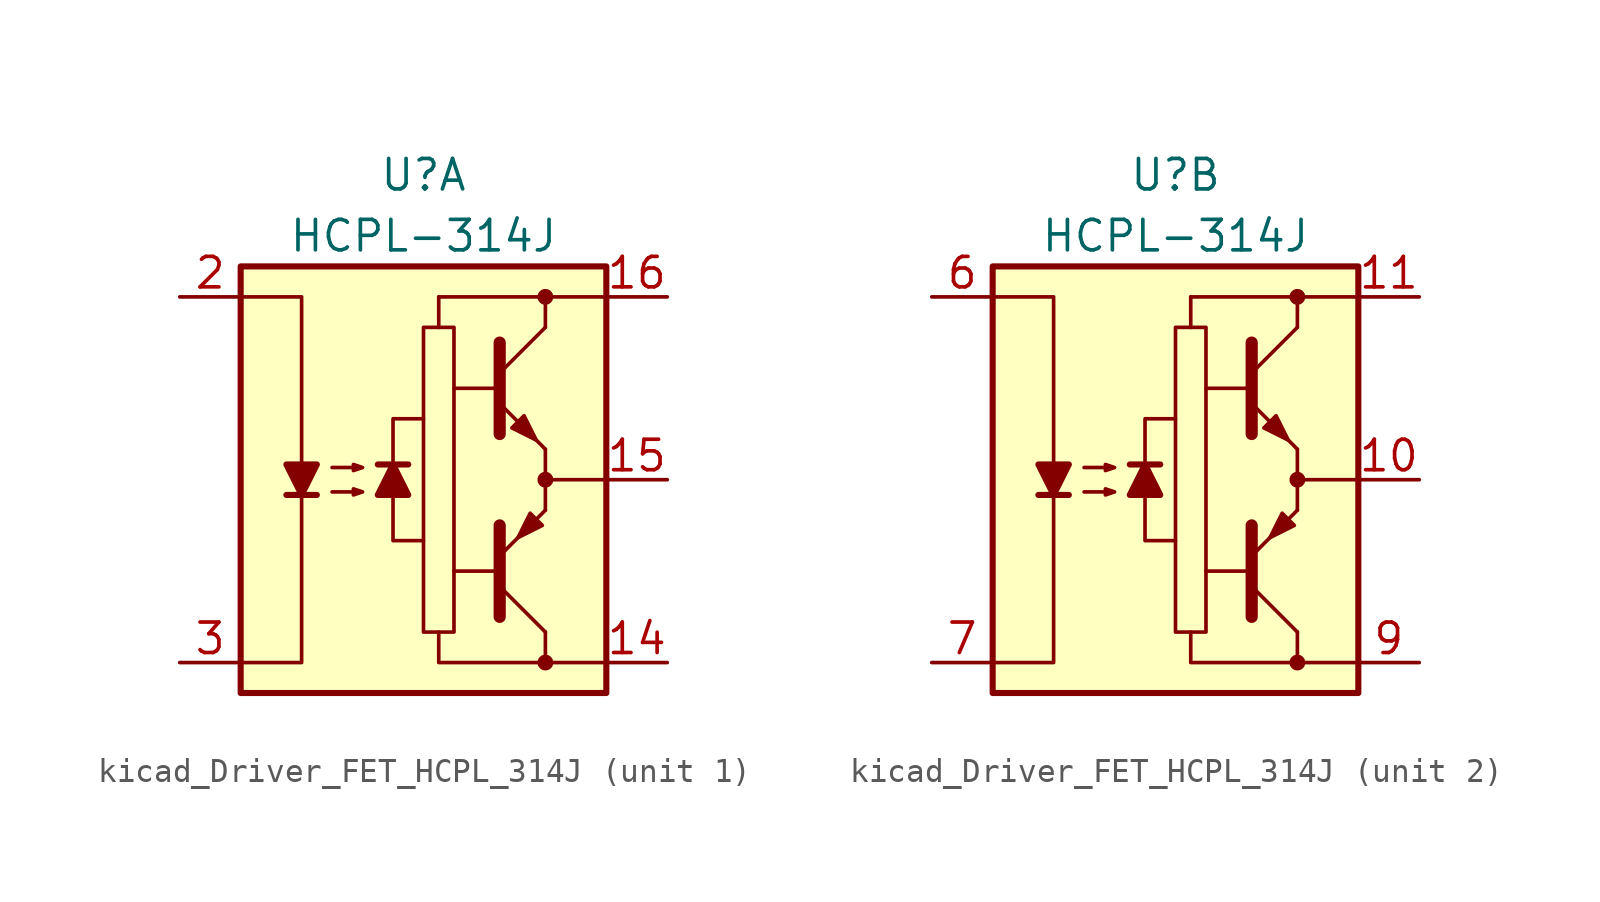
<source format=kicad_sym>
(kicad_symbol_lib
  (version 20220914)
  (generator kicad_symbol_editor)
  (symbol "kicad_Driver_FET_HCPL_314J"
    (pin_names hide)
    (property "Reference" "U"
      (at 0 12.7 0)
      (effects (font (size 1.27 1.27))))
    (property "Value" "HCPL-314J"
      (at 0 10.16 0)
      (effects (font (size 1.27 1.27))))
    (symbol "kicad_Driver_FET_HCPL_314J_0_1"
      (rectangle (start -7.62 8.89) (end 7.62 -8.89) (stroke (width 0.254) (type default)) (fill (type background)))
      (polyline (pts (xy -5.715 -0.635) (xy -4.445 -0.635)) (stroke (width 0.254) (type default)) (fill (type none)))
      (polyline (pts (xy -0.635 0.635) (xy -1.905 0.635)) (stroke (width 0.254) (type default)) (fill (type none)))
      (polyline (pts (xy 3.048 -3.81) (xy 1.27 -3.81)) (stroke (width 0) (type default)) (fill (type none)))
      (polyline (pts (xy 3.048 3.81) (xy 1.27 3.81)) (stroke (width 0) (type default)) (fill (type none)))
      (polyline (pts (xy 3.175 -4.445) (xy 5.08 -6.35)) (stroke (width 0) (type default)) (fill (type none)))
      (polyline (pts (xy 3.175 4.445) (xy 5.08 6.35)) (stroke (width 0) (type default)) (fill (type none)))
      (polyline (pts (xy 5.08 -6.35) (xy 5.08 -7.62)) (stroke (width 0) (type default)) (fill (type none)))
      (polyline (pts (xy 5.08 -1.27) (xy 3.175 -3.175)) (stroke (width 0) (type default)) (fill (type outline)))
      (polyline (pts (xy 5.08 0) (xy 7.62 0)) (stroke (width 0) (type default)) (fill (type none)))
      (polyline (pts (xy 5.08 1.27) (xy 3.175 3.175)) (stroke (width 0) (type default)) (fill (type outline)))
      (polyline (pts (xy 5.08 6.35) (xy 5.08 7.62)) (stroke (width 0) (type default)) (fill (type none)))
      (polyline (pts (xy 7.62 7.62) (xy 0.635 7.62)) (stroke (width 0) (type default)) (fill (type none)))
      (polyline (pts (xy -1.27 -0.635) (xy -1.27 -2.54) (xy 0 -2.54)) (stroke (width 0) (type default)) (fill (type none)))
      (polyline (pts (xy -1.27 0.635) (xy -1.27 2.54) (xy 0 2.54)) (stroke (width 0) (type default)) (fill (type none)))
      (polyline (pts (xy 0.635 -6.35) (xy 0.635 -7.62) (xy 7.62 -7.62)) (stroke (width 0) (type default)) (fill (type none)))
      (polyline (pts (xy 3.175 -5.715) (xy 3.175 -1.905) (xy 3.175 -1.905)) (stroke (width 0.508) (type default)) (fill (type none)))
      (polyline (pts (xy 3.175 5.715) (xy 3.175 1.905) (xy 3.175 1.905)) (stroke (width 0.508) (type default)) (fill (type none)))
      (polyline (pts (xy -7.62 7.62) (xy -5.08 7.62) (xy -5.08 -7.62) (xy -7.62 -7.62)) (stroke (width 0) (type default)) (fill (type none)))
      (polyline (pts (xy -5.08 -0.635) (xy -5.715 0.635) (xy -4.445 0.635) (xy -5.08 -0.635)) (stroke (width 0.254) (type default)) (fill (type outline)))
      (polyline (pts (xy -1.27 0.635) (xy -0.635 -0.635) (xy -1.905 -0.635) (xy -1.27 0.635)) (stroke (width 0.254) (type default)) (fill (type outline)))
      (polyline (pts (xy -3.81 -0.508) (xy -2.54 -0.508) (xy -2.921 -0.635) (xy -2.921 -0.381) (xy -2.54 -0.508)) (stroke (width 0) (type default)) (fill (type none)))
      (polyline (pts (xy -3.81 0.508) (xy -2.54 0.508) (xy -2.921 0.381) (xy -2.921 0.635) (xy -2.54 0.508)) (stroke (width 0) (type default)) (fill (type none)))
      (polyline (pts (xy 1.27 6.35) (xy 1.27 -6.35) (xy 0 -6.35) (xy 0 6.35) (xy 1.27 6.35)) (stroke (width 0) (type default)) (fill (type none)))
      (polyline (pts (xy 3.683 2.159) (xy 4.191 2.667) (xy 4.699 1.651) (xy 3.683 2.159) (xy 3.683 2.159)) (stroke (width 0) (type default)) (fill (type outline)))
      (polyline (pts (xy 4.953 -1.905) (xy 4.445 -1.397) (xy 3.937 -2.413) (xy 4.953 -1.905) (xy 4.953 -1.905)) (stroke (width 0) (type default)) (fill (type outline)))
      (rectangle (start 0.635 6.35) (end 0.635 6.35) (stroke (width 0) (type default)) (fill (type none)))
      (rectangle (start 0.635 6.35) (end 0.635 7.62) (stroke (width 0) (type default)) (fill (type none)))
      (circle (center 5.08 -7.62) (radius 0.254) (stroke (width 0) (type default)) (fill (type outline)))
      (circle (center 5.08 0) (radius 0.254) (stroke (width 0) (type default)) (fill (type outline)))
      (rectangle (start 5.08 1.27) (end 5.08 -1.27) (stroke (width 0) (type default)) (fill (type none)))
      (circle (center 5.08 7.62) (radius 0.254) (stroke (width 0) (type default)) (fill (type outline))))
    (symbol "kicad_Driver_FET_HCPL_314J_1_1"
      (pin no_connect line (at -7.62 0 0) (length 2.54) hide (name "NC" (effects (font (size 1.27 1.27)))) (number "1" (effects (font (size 1.27 1.27)))))
      (pin power_in line (at 10.16 -7.62 180) (length 2.54) (name "VEE" (effects (font (size 1.27 1.27)))) (number "14" (effects (font (size 1.27 1.27)))))
      (pin output line (at 10.16 0 180) (length 2.54) (name "VO" (effects (font (size 1.27 1.27)))) (number "15" (effects (font (size 1.27 1.27)))))
      (pin power_in line (at 10.16 7.62 180) (length 2.54) (name "VCC" (effects (font (size 1.27 1.27)))) (number "16" (effects (font (size 1.27 1.27)))))
      (pin passive line (at -10.16 7.62 0) (length 2.54) (name "A" (effects (font (size 1.27 1.27)))) (number "2" (effects (font (size 1.27 1.27)))))
      (pin passive line (at -10.16 -7.62 0) (length 2.54) (name "C" (effects (font (size 1.27 1.27)))) (number "3" (effects (font (size 1.27 1.27))))))
    (symbol "kicad_Driver_FET_HCPL_314J_2_1"
      (pin output line (at 10.16 0 180) (length 2.54) (name "VO" (effects (font (size 1.27 1.27)))) (number "10" (effects (font (size 1.27 1.27)))))
      (pin power_in line (at 10.16 7.62 180) (length 2.54) (name "VCC" (effects (font (size 1.27 1.27)))) (number "11" (effects (font (size 1.27 1.27)))))
      (pin passive line (at -10.16 7.62 0) (length 2.54) (name "A" (effects (font (size 1.27 1.27)))) (number "6" (effects (font (size 1.27 1.27)))))
      (pin passive line (at -10.16 -7.62 0) (length 2.54) (name "C" (effects (font (size 1.27 1.27)))) (number "7" (effects (font (size 1.27 1.27)))))
      (pin no_connect line (at -7.62 0 0) (length 2.54) hide (name "NC" (effects (font (size 1.27 1.27)))) (number "8" (effects (font (size 1.27 1.27)))))
      (pin power_in line (at 10.16 -7.62 180) (length 2.54) (name "VEE" (effects (font (size 1.27 1.27)))) (number "9" (effects (font (size 1.27 1.27))))))))
</source>
